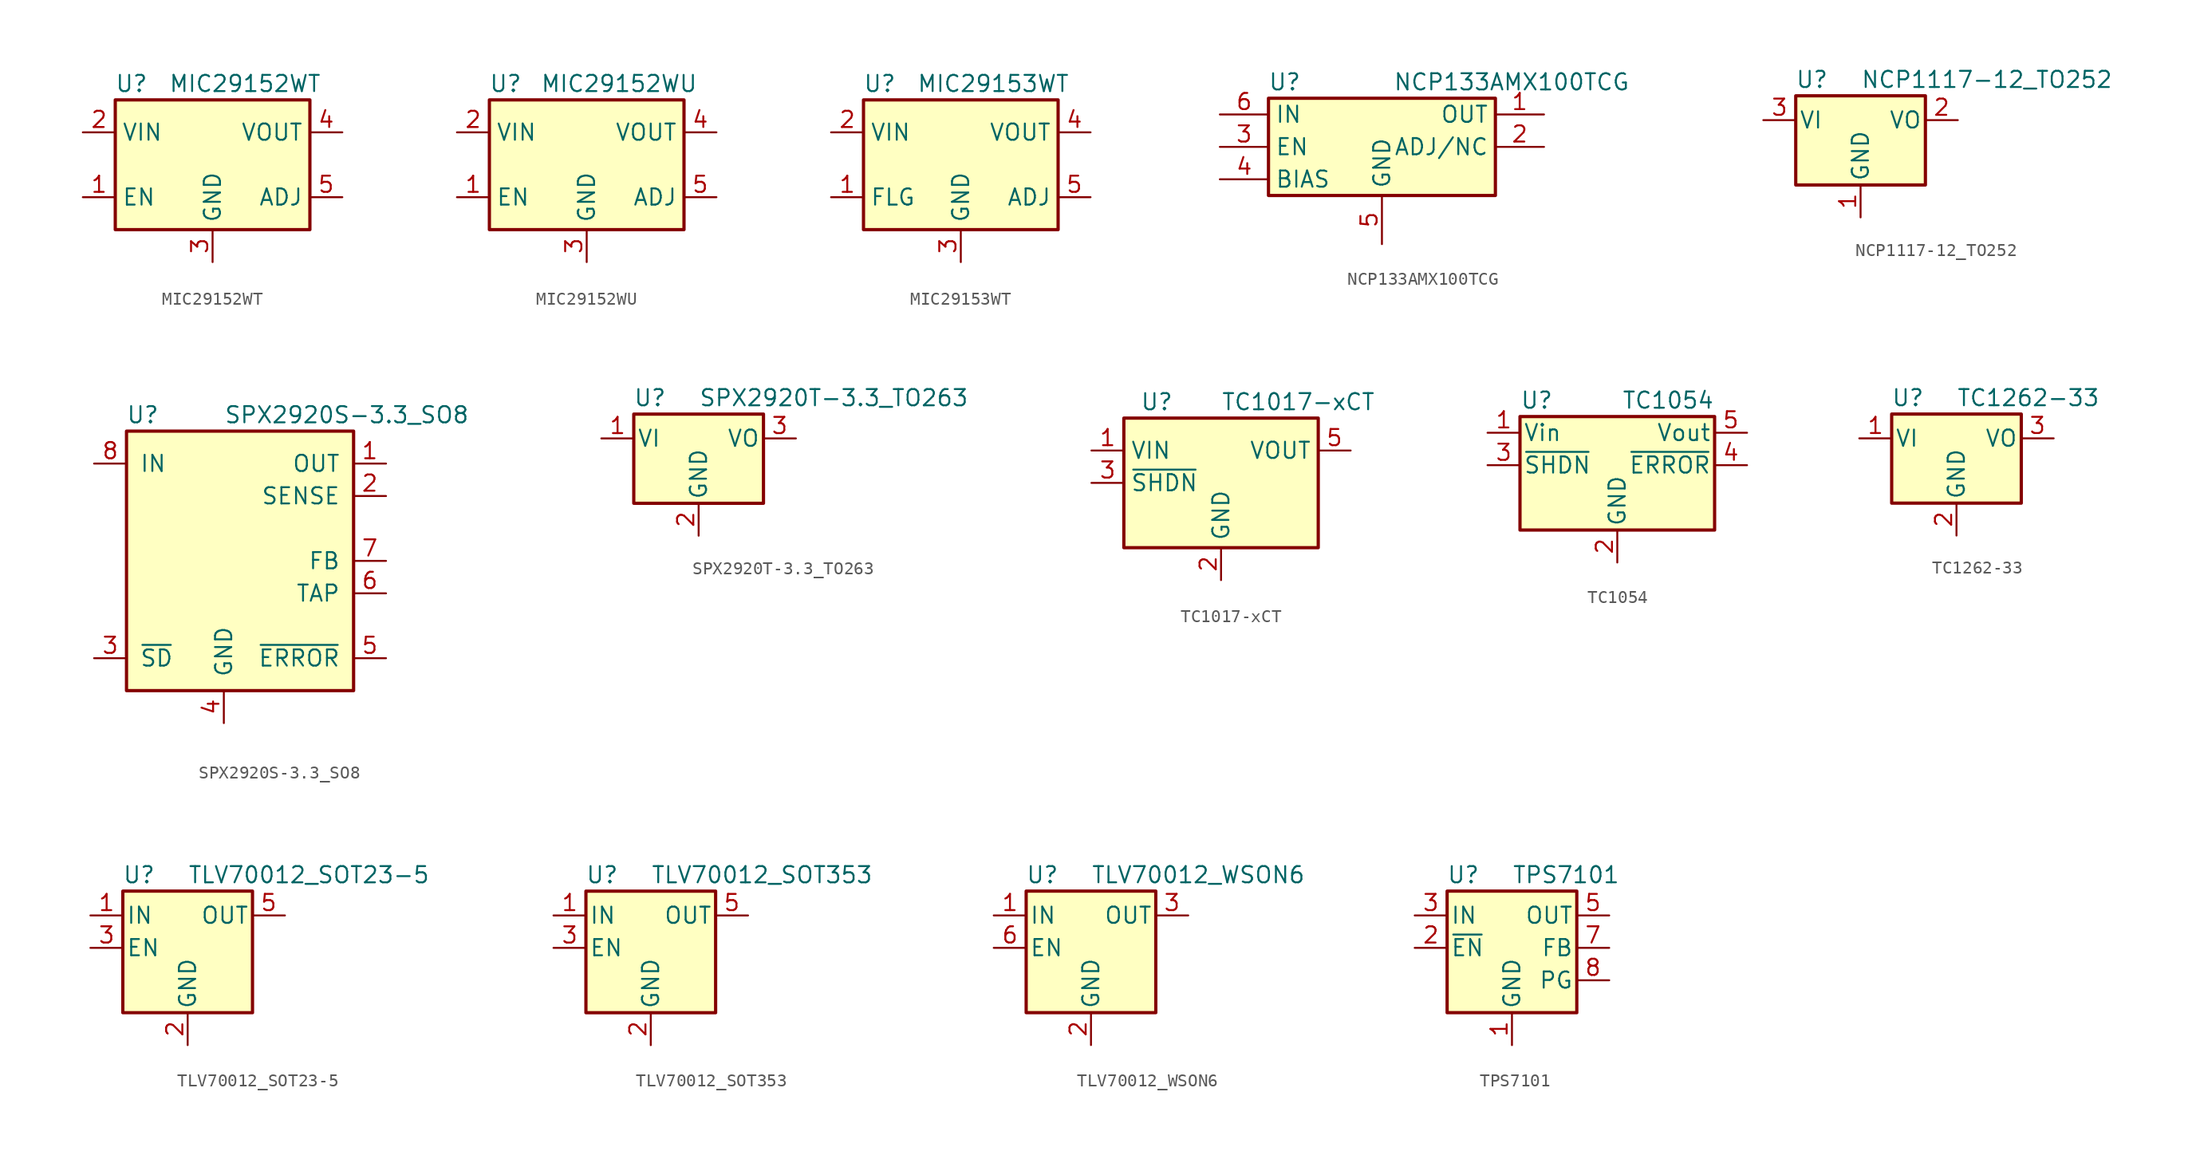
<source format=kicad_sym>
(kicad_symbol_lib
  (version 20201005)
  (generator kicad_symbol_editor)
  (symbol "MIC29152WT"
    (property "Reference" "U"
      (at -6.35 6.35 0)
      (effects (font (size 1.27 1.27))))
    (property "Value" "MIC29152WT"
      (at 2.54 6.35 0)
      (effects (font (size 1.27 1.27))))
    (symbol "MIC29152WT_1_1"
      (rectangle (start -7.62 5.08) (end 7.62 -5.08) (stroke (width 0.254)) (fill (type background)))
      (pin input line (at -10.16 -2.54 0) (length 2.54) (name "EN" (effects (font (size 1.27 1.27)))) (number "1" (effects (font (size 1.27 1.27)))))
      (pin power_in line (at -10.16 2.54 0) (length 2.54) (name "VIN" (effects (font (size 1.27 1.27)))) (number "2" (effects (font (size 1.27 1.27)))))
      (pin power_in line (at 0 -7.62 90) (length 2.54) (name "GND" (effects (font (size 1.27 1.27)))) (number "3" (effects (font (size 1.27 1.27)))))
      (pin power_out line (at 10.16 2.54 180) (length 2.54) (name "VOUT" (effects (font (size 1.27 1.27)))) (number "4" (effects (font (size 1.27 1.27)))))
      (pin input line (at 10.16 -2.54 180) (length 2.54) (name "ADJ" (effects (font (size 1.27 1.27)))) (number "5" (effects (font (size 1.27 1.27)))))))
  (symbol "MIC29152WU"
    (property "Reference" "U"
      (at -6.35 6.35 0)
      (effects (font (size 1.27 1.27))))
    (property "Value" "MIC29152WU"
      (at 2.54 6.35 0)
      (effects (font (size 1.27 1.27))))
    (symbol "MIC29152WU_1_1"
      (rectangle (start -7.62 5.08) (end 7.62 -5.08) (stroke (width 0.254)) (fill (type background)))
      (pin input line (at -10.16 -2.54 0) (length 2.54) (name "EN" (effects (font (size 1.27 1.27)))) (number "1" (effects (font (size 1.27 1.27)))))
      (pin power_in line (at -10.16 2.54 0) (length 2.54) (name "VIN" (effects (font (size 1.27 1.27)))) (number "2" (effects (font (size 1.27 1.27)))))
      (pin power_in line (at 0 -7.62 90) (length 2.54) (name "GND" (effects (font (size 1.27 1.27)))) (number "3" (effects (font (size 1.27 1.27)))))
      (pin power_out line (at 10.16 2.54 180) (length 2.54) (name "VOUT" (effects (font (size 1.27 1.27)))) (number "4" (effects (font (size 1.27 1.27)))))
      (pin input line (at 10.16 -2.54 180) (length 2.54) (name "ADJ" (effects (font (size 1.27 1.27)))) (number "5" (effects (font (size 1.27 1.27)))))))
  (symbol "MIC29153WT"
    (property "Reference" "U"
      (at -6.35 6.35 0)
      (effects (font (size 1.27 1.27))))
    (property "Value" "MIC29153WT"
      (at 2.54 6.35 0)
      (effects (font (size 1.27 1.27))))
    (symbol "MIC29153WT_1_1"
      (rectangle (start -7.62 5.08) (end 7.62 -5.08) (stroke (width 0.254)) (fill (type background)))
      (pin open_collector line (at -10.16 -2.54 0) (length 2.54) (name "FLG" (effects (font (size 1.27 1.27)))) (number "1" (effects (font (size 1.27 1.27)))))
      (pin power_in line (at -10.16 2.54 0) (length 2.54) (name "VIN" (effects (font (size 1.27 1.27)))) (number "2" (effects (font (size 1.27 1.27)))))
      (pin power_in line (at 0 -7.62 90) (length 2.54) (name "GND" (effects (font (size 1.27 1.27)))) (number "3" (effects (font (size 1.27 1.27)))))
      (pin power_out line (at 10.16 2.54 180) (length 2.54) (name "VOUT" (effects (font (size 1.27 1.27)))) (number "4" (effects (font (size 1.27 1.27)))))
      (pin input line (at 10.16 -2.54 180) (length 2.54) (name "ADJ" (effects (font (size 1.27 1.27)))) (number "5" (effects (font (size 1.27 1.27)))))))
  (symbol "NCP133AMX100TCG"
    (property "Reference" "U"
      (at -7.62 5.08 0)
      (effects (font (size 1.27 1.27))))
    (property "Value" "NCP133AMX100TCG"
      (at 10.16 5.08 0)
      (effects (font (size 1.27 1.27))))
    (symbol "NCP133AMX100TCG_0_1"
      (rectangle (start -8.89 -3.81) (end 8.89 3.81) (stroke (width 0.254)) (fill (type background)))
      (pin power_out line (at 12.7 2.54 180) (length 3.81) (name "OUT" (effects (font (size 1.27 1.27)))) (number "1" (effects (font (size 1.27 1.27)))))
      (pin passive line (at 12.7 0 180) (length 3.81) (name "ADJ/NC" (effects (font (size 1.27 1.27)))) (number "2" (effects (font (size 1.27 1.27)))))
      (pin input line (at -12.7 0 0) (length 3.81) (name "EN" (effects (font (size 1.27 1.27)))) (number "3" (effects (font (size 1.27 1.27)))))
      (pin power_in line (at -12.7 -2.54 0) (length 3.81) (name "BIAS" (effects (font (size 1.27 1.27)))) (number "4" (effects (font (size 1.27 1.27)))))
      (pin power_in line (at 0 -7.62 90) (length 3.81) (name "GND" (effects (font (size 1.27 1.27)))) (number "5" (effects (font (size 1.27 1.27)))))
      (pin power_in line (at -12.7 2.54 0) (length 3.81) (name "IN" (effects (font (size 1.27 1.27)))) (number "6" (effects (font (size 1.27 1.27)))))
      (pin passive line (at 0 -7.62 90) (length 3.81) hide (name "GND" (effects (font (size 1.27 1.27)))) (number "7" (effects (font (size 1.27 1.27)))))))
  (symbol "NCP1117-12_TO252"
    (pin_names
      (offset 0.254))
    (property "Reference" "U"
      (at -3.81 3.175 0)
      (effects (font (size 1.27 1.27))))
    (property "Value" "NCP1117-12_TO252"
      (at 0 3.175 0)
      (effects (font (size 1.27 1.27)) (justify left)))
    (symbol "NCP1117-12_TO252_0_1"
      (rectangle (start -5.08 1.905) (end 5.08 -5.08) (stroke (width 0.254)) (fill (type background))))
    (symbol "NCP1117-12_TO252_1_1"
      (pin power_in line (at 0 -7.62 90) (length 2.54) (name "GND" (effects (font (size 1.27 1.27)))) (number "1" (effects (font (size 1.27 1.27)))))
      (pin power_out line (at 7.62 0 180) (length 2.54) (name "VO" (effects (font (size 1.27 1.27)))) (number "2" (effects (font (size 1.27 1.27)))))
      (pin power_in line (at -7.62 0 0) (length 2.54) (name "VI" (effects (font (size 1.27 1.27)))) (number "3" (effects (font (size 1.27 1.27)))))))
  (symbol "SPX2920S-3.3_SO8"
    (pin_names
      (offset 1.016))
    (property "Reference" "U"
      (at -6.35 3.81 0)
      (effects (font (size 1.27 1.27))))
    (property "Value" "SPX2920S-3.3_SO8"
      (at 0 3.81 0)
      (effects (font (size 1.27 1.27)) (justify left)))
    (symbol "SPX2920S-3.3_SO8_0_1"
      (rectangle (start -7.62 2.54) (end 10.16 -17.78) (stroke (width 0.254)) (fill (type background))))
    (symbol "SPX2920S-3.3_SO8_1_1"
      (pin power_out line (at 12.7 0 180) (length 2.54) (name "OUT" (effects (font (size 1.27 1.27)))) (number "1" (effects (font (size 1.27 1.27)))))
      (pin passive line (at 12.7 -2.54 180) (length 2.54) (name "SENSE" (effects (font (size 1.27 1.27)))) (number "2" (effects (font (size 1.27 1.27)))))
      (pin input line (at -10.16 -15.24 0) (length 2.54) (name "~SD~" (effects (font (size 1.27 1.27)))) (number "3" (effects (font (size 1.27 1.27)))))
      (pin power_in line (at 0 -20.32 90) (length 2.54) (name "GND" (effects (font (size 1.27 1.27)))) (number "4" (effects (font (size 1.27 1.27)))))
      (pin output line (at 12.7 -15.24 180) (length 2.54) (name "~ERROR~" (effects (font (size 1.27 1.27)))) (number "5" (effects (font (size 1.27 1.27)))))
      (pin passive line (at 12.7 -10.16 180) (length 2.54) (name "TAP" (effects (font (size 1.27 1.27)))) (number "6" (effects (font (size 1.27 1.27)))))
      (pin passive line (at 12.7 -7.62 180) (length 2.54) (name "FB" (effects (font (size 1.27 1.27)))) (number "7" (effects (font (size 1.27 1.27)))))
      (pin power_in line (at -10.16 0 0) (length 2.54) (name "IN" (effects (font (size 1.27 1.27)))) (number "8" (effects (font (size 1.27 1.27)))))))
  (symbol "SPX2920T-3.3_TO263"
    (pin_names
      (offset 0.254))
    (property "Reference" "U"
      (at -3.81 3.175 0)
      (effects (font (size 1.27 1.27))))
    (property "Value" "SPX2920T-3.3_TO263"
      (at 0 3.175 0)
      (effects (font (size 1.27 1.27)) (justify left)))
    (symbol "SPX2920T-3.3_TO263_0_1"
      (rectangle (start -5.08 -5.08) (end 5.08 1.905) (stroke (width 0.254)) (fill (type background))))
    (symbol "SPX2920T-3.3_TO263_1_1"
      (pin power_in line (at -7.62 0 0) (length 2.54) (name "VI" (effects (font (size 1.27 1.27)))) (number "1" (effects (font (size 1.27 1.27)))))
      (pin power_in line (at 0 -7.62 90) (length 2.54) (name "GND" (effects (font (size 1.27 1.27)))) (number "2" (effects (font (size 1.27 1.27)))))
      (pin power_out line (at 7.62 0 180) (length 2.54) (name "VO" (effects (font (size 1.27 1.27)))) (number "3" (effects (font (size 1.27 1.27)))))))
  (symbol "TC1017-xCT"
    (property "Reference" "U"
      (at -6.35 6.35 0)
      (effects (font (size 1.27 1.27)) (justify left)))
    (property "Value" "TC1017-xCT"
      (at 0 6.35 0)
      (effects (font (size 1.27 1.27)) (justify left)))
    (symbol "TC1017-xCT_0_1"
      (rectangle (start -7.62 5.08) (end 7.62 -5.08) (stroke (width 0.254)) (fill (type background))))
    (symbol "TC1017-xCT_1_1"
      (pin power_in line (at -10.16 2.54 0) (length 2.54) (name "VIN" (effects (font (size 1.27 1.27)))) (number "1" (effects (font (size 1.27 1.27)))))
      (pin power_in line (at 0 -7.62 90) (length 2.54) (name "GND" (effects (font (size 1.27 1.27)))) (number "2" (effects (font (size 1.27 1.27)))))
      (pin input line (at -10.16 0 0) (length 2.54) (name "~SHDN" (effects (font (size 1.27 1.27)))) (number "3" (effects (font (size 1.27 1.27)))))
      (pin no_connect line (at 7.62 0 180) (length 2.54) hide (name "NC" (effects (font (size 1.27 1.27)))) (number "4" (effects (font (size 1.27 1.27)))))
      (pin power_out line (at 10.16 2.54 180) (length 2.54) (name "VOUT" (effects (font (size 1.27 1.27)))) (number "5" (effects (font (size 1.27 1.27)))))))
  (symbol "TC1054"
    (pin_names
      (offset 0.254))
    (property "Reference" "U"
      (at -7.62 5.08 0)
      (effects (font (size 1.27 1.27)) (justify left)))
    (property "Value" "TC1054"
      (at 7.62 5.08 0)
      (effects (font (size 1.27 1.27)) (justify right)))
    (symbol "TC1054_0_1"
      (rectangle (start -7.62 3.81) (end 7.62 -5.08) (stroke (width 0.254)) (fill (type background))))
    (symbol "TC1054_1_1"
      (pin power_in line (at -10.16 2.54 0) (length 2.54) (name "Vin" (effects (font (size 1.27 1.27)))) (number "1" (effects (font (size 1.27 1.27)))))
      (pin power_in line (at 0 -7.62 90) (length 2.54) (name "GND" (effects (font (size 1.27 1.27)))) (number "2" (effects (font (size 1.27 1.27)))))
      (pin input line (at -10.16 0 0) (length 2.54) (name "~SHDN" (effects (font (size 1.27 1.27)))) (number "3" (effects (font (size 1.27 1.27)))))
      (pin open_collector line (at 10.16 0 180) (length 2.54) (name "~ERROR" (effects (font (size 1.27 1.27)))) (number "4" (effects (font (size 1.27 1.27)))))
      (pin power_out line (at 10.16 2.54 180) (length 2.54) (name "Vout" (effects (font (size 1.27 1.27)))) (number "5" (effects (font (size 1.27 1.27)))))))
  (symbol "TC1262-33"
    (pin_names
      (offset 0.254))
    (property "Reference" "U"
      (at -3.81 3.175 0)
      (effects (font (size 1.27 1.27))))
    (property "Value" "TC1262-33"
      (at 0 3.175 0)
      (effects (font (size 1.27 1.27)) (justify left)))
    (symbol "TC1262-33_1_1"
      (rectangle (start -5.08 1.905) (end 5.08 -5.08) (stroke (width 0.254)) (fill (type background)))
      (pin power_in line (at -7.62 0 0) (length 2.54) (name "VI" (effects (font (size 1.27 1.27)))) (number "1" (effects (font (size 1.27 1.27)))))
      (pin power_in line (at 0 -7.62 90) (length 2.54) (name "GND" (effects (font (size 1.27 1.27)))) (number "2" (effects (font (size 1.27 1.27)))))
      (pin power_out line (at 7.62 0 180) (length 2.54) (name "VO" (effects (font (size 1.27 1.27)))) (number "3" (effects (font (size 1.27 1.27)))))))
  (symbol "TLV70012_SOT23-5"
    (pin_names
      (offset 0.254))
    (property "Reference" "U"
      (at -3.81 5.715 0)
      (effects (font (size 1.27 1.27))))
    (property "Value" "TLV70012_SOT23-5"
      (at 0 5.715 0)
      (effects (font (size 1.27 1.27)) (justify left)))
    (symbol "TLV70012_SOT23-5_0_1"
      (rectangle (start -5.08 4.445) (end 5.08 -5.08) (stroke (width 0.254)) (fill (type background))))
    (symbol "TLV70012_SOT23-5_1_1"
      (pin power_in line (at -7.62 2.54 0) (length 2.54) (name "IN" (effects (font (size 1.27 1.27)))) (number "1" (effects (font (size 1.27 1.27)))))
      (pin power_in line (at 0 -7.62 90) (length 2.54) (name "GND" (effects (font (size 1.27 1.27)))) (number "2" (effects (font (size 1.27 1.27)))))
      (pin input line (at -7.62 0 0) (length 2.54) (name "EN" (effects (font (size 1.27 1.27)))) (number "3" (effects (font (size 1.27 1.27)))))
      (pin no_connect line (at 7.62 0 180) (length 2.54) hide (name "NC" (effects (font (size 1.27 1.27)))) (number "4" (effects (font (size 1.27 1.27)))))
      (pin power_out line (at 7.62 2.54 180) (length 2.54) (name "OUT" (effects (font (size 1.27 1.27)))) (number "5" (effects (font (size 1.27 1.27)))))))
  (symbol "TLV70012_SOT353"
    (pin_names
      (offset 0.254))
    (property "Reference" "U"
      (at -3.81 5.715 0)
      (effects (font (size 1.27 1.27))))
    (property "Value" "TLV70012_SOT353"
      (at 0 5.715 0)
      (effects (font (size 1.27 1.27)) (justify left)))
    (symbol "TLV70012_SOT353_0_1"
      (rectangle (start -5.08 4.445) (end 5.08 -5.08) (stroke (width 0.254)) (fill (type background))))
    (symbol "TLV70012_SOT353_1_1"
      (pin power_in line (at -7.62 2.54 0) (length 2.54) (name "IN" (effects (font (size 1.27 1.27)))) (number "1" (effects (font (size 1.27 1.27)))))
      (pin power_in line (at 0 -7.62 90) (length 2.54) (name "GND" (effects (font (size 1.27 1.27)))) (number "2" (effects (font (size 1.27 1.27)))))
      (pin input line (at -7.62 0 0) (length 2.54) (name "EN" (effects (font (size 1.27 1.27)))) (number "3" (effects (font (size 1.27 1.27)))))
      (pin no_connect line (at 5.08 0 180) (length 2.54) hide (name "NC" (effects (font (size 1.27 1.27)))) (number "4" (effects (font (size 1.27 1.27)))))
      (pin power_out line (at 7.62 2.54 180) (length 2.54) (name "OUT" (effects (font (size 1.27 1.27)))) (number "5" (effects (font (size 1.27 1.27)))))))
  (symbol "TLV70012_WSON6"
    (pin_names
      (offset 0.254))
    (property "Reference" "U"
      (at -3.81 5.715 0)
      (effects (font (size 1.27 1.27))))
    (property "Value" "TLV70012_WSON6"
      (at 0 5.715 0)
      (effects (font (size 1.27 1.27)) (justify left)))
    (symbol "TLV70012_WSON6_0_1"
      (rectangle (start -5.08 4.445) (end 5.08 -5.08) (stroke (width 0.254)) (fill (type background))))
    (symbol "TLV70012_WSON6_1_1"
      (pin power_in line (at -7.62 2.54 0) (length 2.54) (name "IN" (effects (font (size 1.27 1.27)))) (number "1" (effects (font (size 1.27 1.27)))))
      (pin power_in line (at 0 -7.62 90) (length 2.54) (name "GND" (effects (font (size 1.27 1.27)))) (number "2" (effects (font (size 1.27 1.27)))))
      (pin power_out line (at 7.62 2.54 180) (length 2.54) (name "OUT" (effects (font (size 1.27 1.27)))) (number "3" (effects (font (size 1.27 1.27)))))
      (pin no_connect line (at 7.62 0 180) (length 2.54) hide (name "NC" (effects (font (size 1.27 1.27)))) (number "4" (effects (font (size 1.27 1.27)))))
      (pin no_connect line (at -2.54 -7.62 90) (length 2.54) hide (name "NC" (effects (font (size 1.27 1.27)))) (number "5" (effects (font (size 1.27 1.27)))))
      (pin input line (at -7.62 0 0) (length 2.54) (name "EN" (effects (font (size 1.27 1.27)))) (number "6" (effects (font (size 1.27 1.27)))))))
  (symbol "TPS7101"
    (pin_names
      (offset 0.254))
    (property "Reference" "U"
      (at -3.81 5.715 0)
      (effects (font (size 1.27 1.27))))
    (property "Value" "TPS7101"
      (at 0 5.715 0)
      (effects (font (size 1.27 1.27)) (justify left)))
    (symbol "TPS7101_0_1"
      (rectangle (start -5.08 4.445) (end 5.08 -5.08) (stroke (width 0.254)) (fill (type background))))
    (symbol "TPS7101_1_1"
      (pin power_in line (at 0 -7.62 90) (length 2.54) (name "GND" (effects (font (size 1.27 1.27)))) (number "1" (effects (font (size 1.27 1.27)))))
      (pin input line (at -7.62 0 0) (length 2.54) (name "~EN~" (effects (font (size 1.27 1.27)))) (number "2" (effects (font (size 1.27 1.27)))))
      (pin power_in line (at -7.62 2.54 0) (length 2.54) (name "IN" (effects (font (size 1.27 1.27)))) (number "3" (effects (font (size 1.27 1.27)))))
      (pin passive line (at -7.62 2.54 0) (length 2.54) hide (name "IN" (effects (font (size 1.27 1.27)))) (number "4" (effects (font (size 1.27 1.27)))))
      (pin power_out line (at 7.62 2.54 180) (length 2.54) (name "OUT" (effects (font (size 1.27 1.27)))) (number "5" (effects (font (size 1.27 1.27)))))
      (pin passive line (at 7.62 2.54 180) (length 2.54) hide (name "OUT" (effects (font (size 1.27 1.27)))) (number "6" (effects (font (size 1.27 1.27)))))
      (pin input line (at 7.62 0 180) (length 2.54) (name "FB" (effects (font (size 1.27 1.27)))) (number "7" (effects (font (size 1.27 1.27)))))
      (pin output line (at 7.62 -2.54 180) (length 2.54) (name "PG" (effects (font (size 1.27 1.27)))) (number "8" (effects (font (size 1.27 1.27))))))))
</source>
